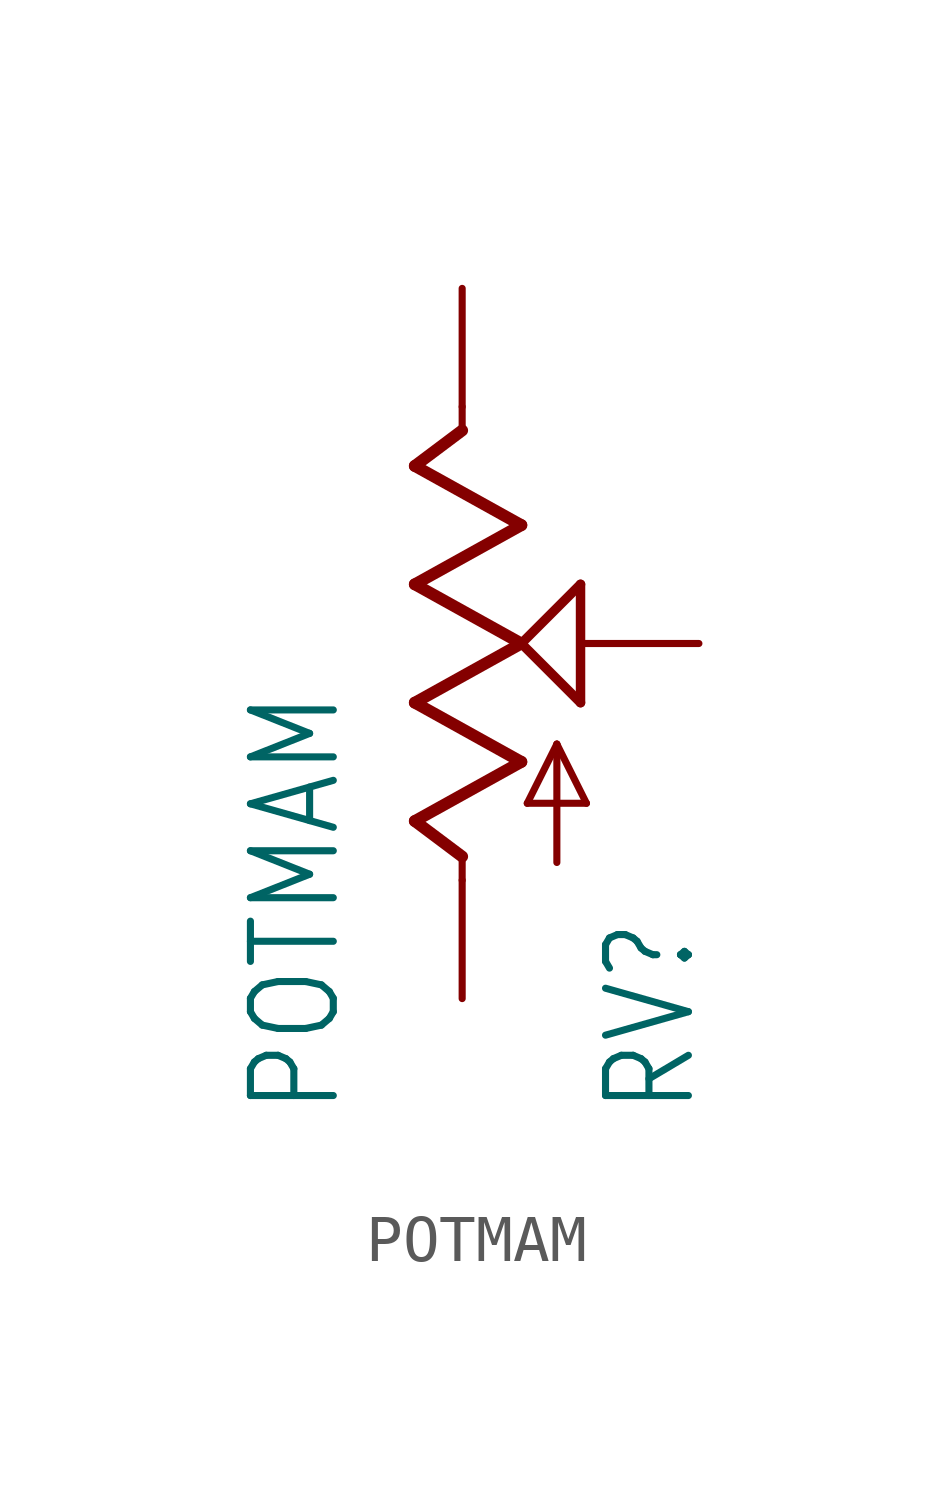
<source format=kicad_sym>
(kicad_symbol_lib
  (version 20211014)
  (generator kicad_symbol_editor)
  (symbol "POTMAM"
    (property "Reference" "RV"
      (at 5.08 -10.16 90)
      (effects (font (size 1.778 1.511)) (justify left bottom)))
    (property "Value" "POTMAM"
      (at -2.54 -10.16 90)
      (effects (font (size 1.778 1.511)) (justify left bottom)))
    (property "ki_locked" ""
      (at 0 0 0)
      (effects (font (size 1.27 1.27))))
    (symbol "POTMAM_1_0"
      (polyline (pts (xy -1.016 -3.81) (xy 1.27 -2.54)) (stroke (width 0.254) (type default) (color 0 0 0 0)) (fill (type none)))
      (polyline (pts (xy -1.016 -1.27) (xy 1.27 0)) (stroke (width 0.254) (type default) (color 0 0 0 0)) (fill (type none)))
      (polyline (pts (xy -1.016 1.27) (xy 1.27 2.54)) (stroke (width 0.254) (type default) (color 0 0 0 0)) (fill (type none)))
      (polyline (pts (xy -1.016 3.81) (xy 0 4.572)) (stroke (width 0.254) (type default) (color 0 0 0 0)) (fill (type none)))
      (polyline (pts (xy 0 -5.08) (xy 0 -4.572)) (stroke (width 0.152) (type default) (color 0 0 0 0)) (fill (type none)))
      (polyline (pts (xy 0 -4.572) (xy -1.016 -3.81)) (stroke (width 0.254) (type default) (color 0 0 0 0)) (fill (type none)))
      (polyline (pts (xy 0 4.572) (xy 0 5.08)) (stroke (width 0.152) (type default) (color 0 0 0 0)) (fill (type none)))
      (polyline (pts (xy 1.27 -2.54) (xy -1.016 -1.27)) (stroke (width 0.254) (type default) (color 0 0 0 0)) (fill (type none)))
      (polyline (pts (xy 1.27 0) (xy -1.016 1.27)) (stroke (width 0.254) (type default) (color 0 0 0 0)) (fill (type none)))
      (polyline (pts (xy 1.27 0) (xy 2.54 1.27)) (stroke (width 0.203) (type default) (color 0 0 0 0)) (fill (type none)))
      (polyline (pts (xy 1.27 2.54) (xy -1.016 3.81)) (stroke (width 0.254) (type default) (color 0 0 0 0)) (fill (type none)))
      (polyline (pts (xy 1.397 -3.429) (xy 2.032 -2.159)) (stroke (width 0.152) (type default) (color 0 0 0 0)) (fill (type none)))
      (polyline (pts (xy 2.032 -4.699) (xy 2.032 -2.159)) (stroke (width 0.152) (type default) (color 0 0 0 0)) (fill (type none)))
      (polyline (pts (xy 2.032 -2.159) (xy 2.667 -3.429)) (stroke (width 0.152) (type default) (color 0 0 0 0)) (fill (type none)))
      (polyline (pts (xy 2.54 -1.27) (xy 1.27 0)) (stroke (width 0.203) (type default) (color 0 0 0 0)) (fill (type none)))
      (polyline (pts (xy 2.54 1.27) (xy 2.54 -1.27)) (stroke (width 0.203) (type default) (color 0 0 0 0)) (fill (type none)))
      (polyline (pts (xy 2.667 -3.429) (xy 1.397 -3.429)) (stroke (width 0.152) (type default) (color 0 0 0 0)) (fill (type none)))
      (pin passive line (at 5.08 0 180) (length 2.54) (name "S" (effects (font (size 0 0)))) (number "P$1" (effects (font (size 0 0)))))
      (pin passive line (at 0 -7.62 90) (length 2.54) (name "A" (effects (font (size 0 0)))) (number "P$2" (effects (font (size 0 0)))))
      (pin passive line (at 0 7.62 270) (length 2.54) (name "E" (effects (font (size 0 0)))) (number "P$3" (effects (font (size 0 0))))))))
</source>
